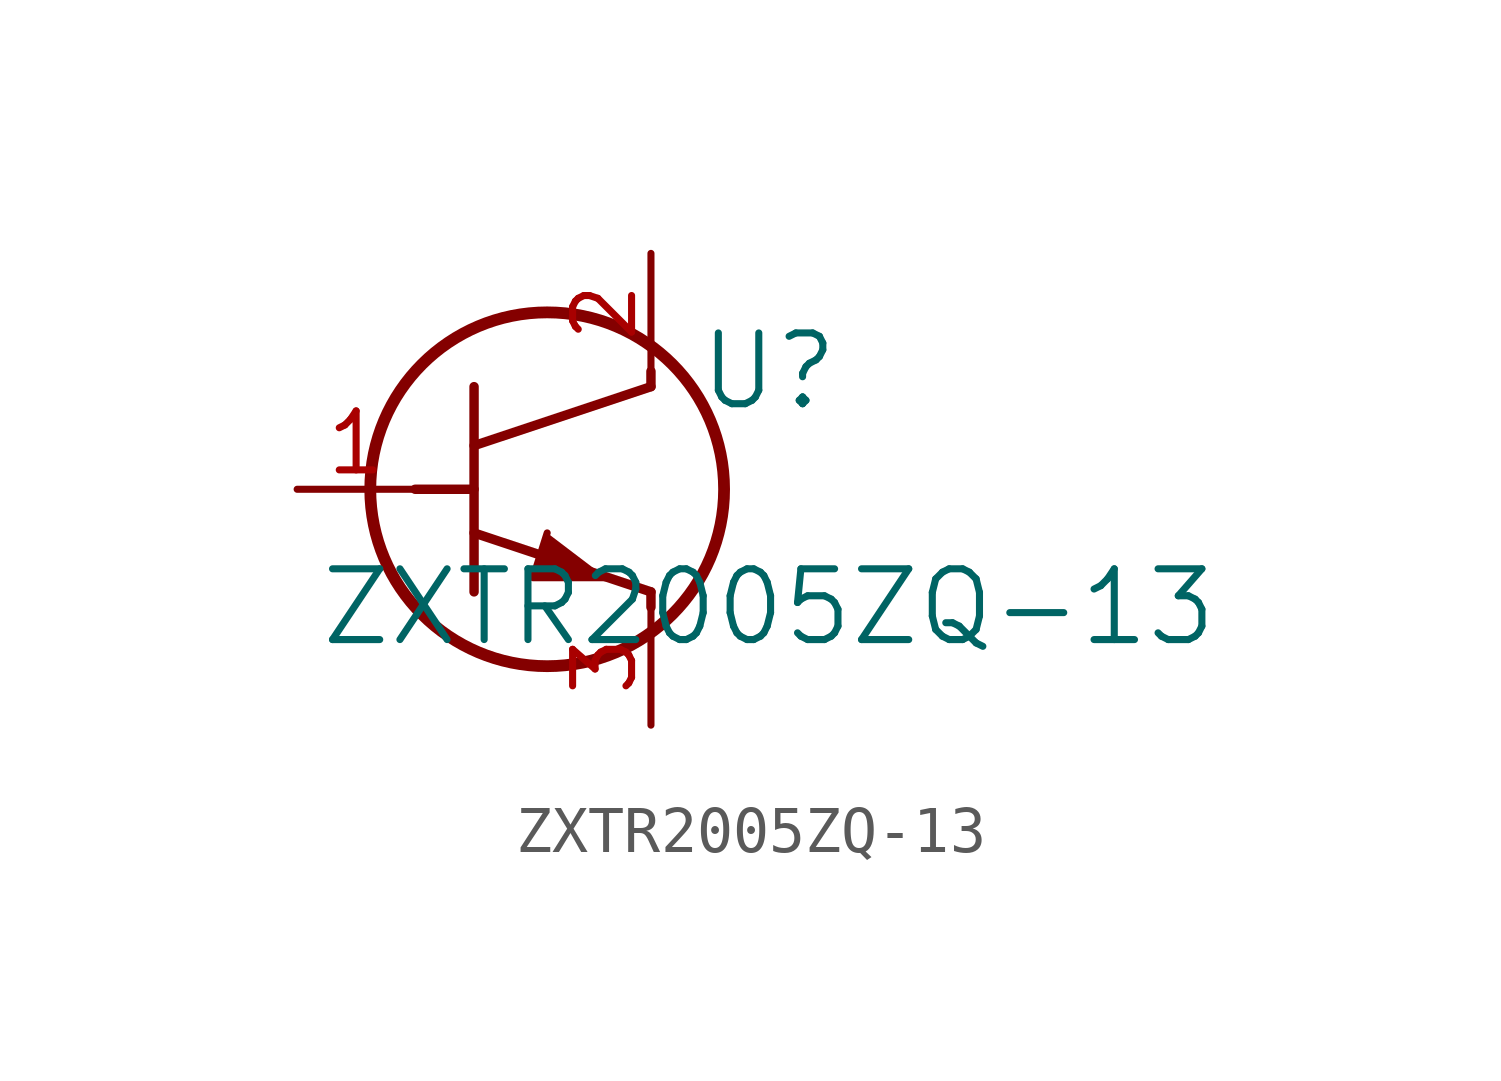
<source format=kicad_sym>
(kicad_symbol_lib
  (version 20211014)
  (generator kicad_symbol_editor)
  (symbol "ZXTR2005ZQ-13"
    (pin_names
      (offset 0.254))
    (property "Reference" "U"
      (at 10.16 2.54 0)
      (effects (font (size 1.524 1.524))))
    (property "Value" "ZXTR2005ZQ-13"
      (at 10.16 -2.54 0)
      (effects (font (size 1.524 1.524))))
    (circle
      (center 5.385 0)
      (radius 3.81)
      (stroke (width 0.254) (type default) (color 0 0 0 0))
      (fill (type none)))
    (polyline
      (pts (xy 3.81 -2.21) (xy 3.81 2.21))
      (stroke (width 0.203) (type default) (color 0 0 0 0))
      (fill (type none)))
    (polyline
      (pts (xy 3.81 0.94) (xy 7.62 2.21))
      (stroke (width 0.203) (type default) (color 0 0 0 0))
      (fill (type none)))
    (polyline
      (pts (xy 3.81 -0.94) (xy 7.62 -2.21))
      (stroke (width 0.203) (type default) (color 0 0 0 0))
      (fill (type none)))
    (polyline
      (pts (xy 7.62 -2.54) (xy 7.62 -2.21))
      (stroke (width 0.203) (type default) (color 0 0 0 0))
      (fill (type none)))
    (polyline
      (pts (xy 7.62 2.21) (xy 7.62 2.54))
      (stroke (width 0.203) (type default) (color 0 0 0 0))
      (fill (type none)))
    (polyline
      (pts (xy 2.54 0) (xy 3.81 0))
      (stroke (width 0.203) (type default) (color 0 0 0 0))
      (fill (type none)))
    (polyline
      (pts (xy 5.385 -0.94) (xy 5.08 -1.905) (xy 6.655 -1.905))
      (stroke (width 0) (type default) (color 0 0 0 0))
      (fill (type outline)))
    (pin unspecified line
      (at 0 0 0)
      (length 2.54)
      (name "" (effects (font (size 1.27 1.27))))
      (number "1" (effects (font (size 1.27 1.27)))))
    (pin unspecified line
      (at 7.62 5.08 270)
      (length 2.54)
      (name "" (effects (font (size 1.27 1.27))))
      (number "2" (effects (font (size 1.27 1.27)))))
    (pin unspecified line
      (at 7.62 -5.08 90)
      (length 2.54)
      (name "" (effects (font (size 1.27 1.27))))
      (number "3" (effects (font (size 1.27 1.27)))))))
</source>
